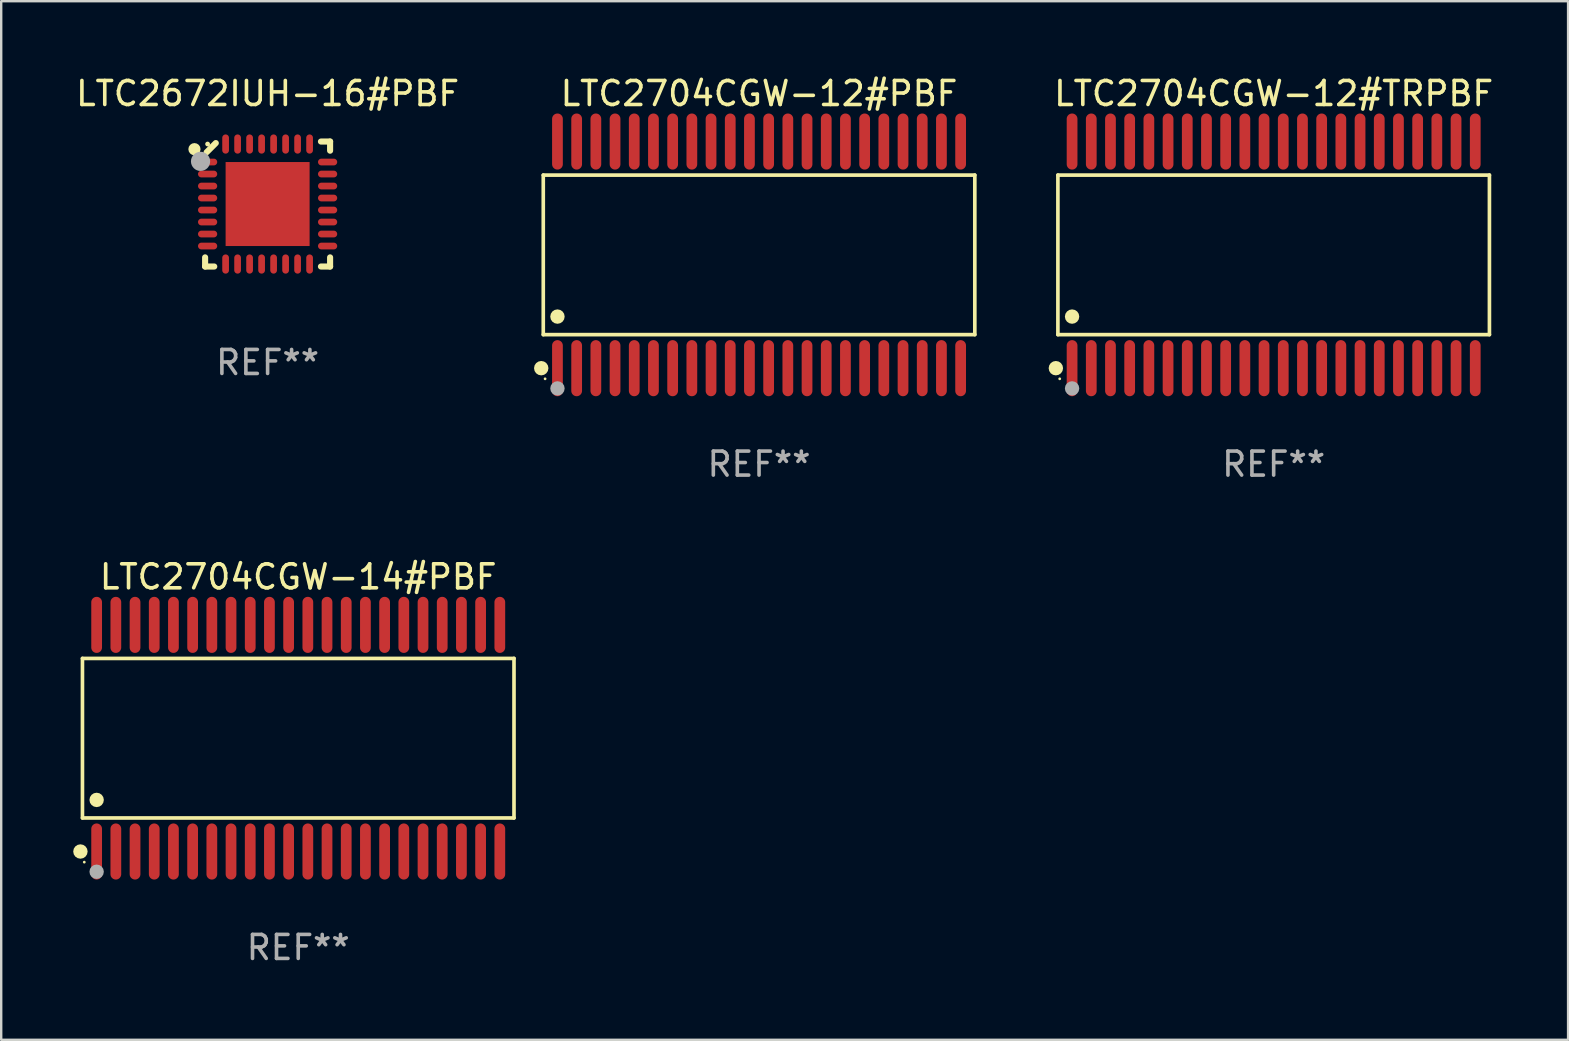
<source format=kicad_pcb>
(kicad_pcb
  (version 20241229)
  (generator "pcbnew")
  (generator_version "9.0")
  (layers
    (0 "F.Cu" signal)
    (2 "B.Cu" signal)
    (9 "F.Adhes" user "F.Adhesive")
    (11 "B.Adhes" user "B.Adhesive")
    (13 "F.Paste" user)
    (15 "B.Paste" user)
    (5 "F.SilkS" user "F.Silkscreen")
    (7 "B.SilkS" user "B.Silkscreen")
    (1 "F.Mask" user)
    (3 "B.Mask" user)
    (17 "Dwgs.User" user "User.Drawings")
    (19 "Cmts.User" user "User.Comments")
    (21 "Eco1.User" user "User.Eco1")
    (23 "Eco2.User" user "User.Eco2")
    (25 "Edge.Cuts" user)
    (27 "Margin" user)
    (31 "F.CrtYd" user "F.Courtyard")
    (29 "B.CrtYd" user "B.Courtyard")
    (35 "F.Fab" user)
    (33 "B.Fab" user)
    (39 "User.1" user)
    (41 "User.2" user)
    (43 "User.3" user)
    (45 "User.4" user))
  (footprint "LTC2704CGW-12#TRPBF"
    (layer "F.Cu")
    (at 50.023 7.57)
    (property "Reference" "LTC2704CGW-12#TRPBF" (at 0 -6.722 0) (layer "F.SilkS") (effects (font (size 1 1) (thickness 0.15))))
    (attr through_hole)
    (fp_line (start -8.991 -3.324) (end 8.991 -3.324) (stroke (width 0.152) (type solid)) (layer "F.SilkS"))
    (fp_line (start -8.991 3.324) (end -8.991 -3.324) (stroke (width 0.152) (type solid)) (layer "F.SilkS"))
    (fp_line (start 8.991 -3.324) (end 8.991 3.324) (stroke (width 0.152) (type solid)) (layer "F.SilkS"))
    (fp_line (start 8.991 3.324) (end -8.991 3.324) (stroke (width 0.152) (type solid)) (layer "F.SilkS"))
    (fp_circle (center -9.076 4.722) (end -8.926 4.722) (stroke (width 0.3) (type solid)) (fill no) (layer "F.SilkS"))
    (fp_circle (center -8.915 5.165) (end -8.885 5.165) (stroke (width 0.06) (type solid)) (fill no) (layer "F.SilkS"))
    (fp_circle (center -8.4 2.572) (end -8.25 2.572) (stroke (width 0.3) (type solid)) (fill no) (layer "F.SilkS"))
    (fp_circle (center -8.4 5.565) (end -8.25 5.565) (stroke (width 0.3) (type solid)) (fill no) (layer "F.Fab"))
    (fp_text user "REF**" (at 0 8.722 0) (layer "F.Fab") (effects (font (size 1 1) (thickness 0.15))))
    (pad "1" smd oval (at -8.4 4.722) (size 0.448 2.337) (layers "F.Cu" "F.Mask" "F.Paste"))
    (pad "2" smd oval (at -7.6 4.722) (size 0.448 2.337) (layers "F.Cu" "F.Mask" "F.Paste"))
    (pad "3" smd oval (at -6.8 4.722) (size 0.448 2.337) (layers "F.Cu" "F.Mask" "F.Paste"))
    (pad "4" smd oval (at -6 4.722) (size 0.448 2.337) (layers "F.Cu" "F.Mask" "F.Paste"))
    (pad "5" smd oval (at -5.2 4.722) (size 0.448 2.337) (layers "F.Cu" "F.Mask" "F.Paste"))
    (pad "6" smd oval (at -4.4 4.722) (size 0.448 2.337) (layers "F.Cu" "F.Mask" "F.Paste"))
    (pad "7" smd oval (at -3.6 4.722) (size 0.448 2.337) (layers "F.Cu" "F.Mask" "F.Paste"))
    (pad "8" smd oval (at -2.8 4.722) (size 0.448 2.337) (layers "F.Cu" "F.Mask" "F.Paste"))
    (pad "9" smd oval (at -2 4.722) (size 0.448 2.337) (layers "F.Cu" "F.Mask" "F.Paste"))
    (pad "10" smd oval (at -1.2 4.722) (size 0.448 2.337) (layers "F.Cu" "F.Mask" "F.Paste"))
    (pad "11" smd oval (at -0.4 4.722) (size 0.448 2.337) (layers "F.Cu" "F.Mask" "F.Paste"))
    (pad "12" smd oval (at 0.4 4.722) (size 0.448 2.337) (layers "F.Cu" "F.Mask" "F.Paste"))
    (pad "13" smd oval (at 1.2 4.722) (size 0.448 2.337) (layers "F.Cu" "F.Mask" "F.Paste"))
    (pad "14" smd oval (at 2 4.722) (size 0.448 2.337) (layers "F.Cu" "F.Mask" "F.Paste"))
    (pad "15" smd oval (at 2.8 4.722) (size 0.448 2.337) (layers "F.Cu" "F.Mask" "F.Paste"))
    (pad "16" smd oval (at 3.6 4.722) (size 0.448 2.337) (layers "F.Cu" "F.Mask" "F.Paste"))
    (pad "17" smd oval (at 4.4 4.722) (size 0.448 2.337) (layers "F.Cu" "F.Mask" "F.Paste"))
    (pad "18" smd oval (at 5.2 4.722) (size 0.448 2.337) (layers "F.Cu" "F.Mask" "F.Paste"))
    (pad "19" smd oval (at 6 4.722) (size 0.448 2.337) (layers "F.Cu" "F.Mask" "F.Paste"))
    (pad "20" smd oval (at 6.8 4.722) (size 0.448 2.337) (layers "F.Cu" "F.Mask" "F.Paste"))
    (pad "21" smd oval (at 7.6 4.722) (size 0.448 2.337) (layers "F.Cu" "F.Mask" "F.Paste"))
    (pad "22" smd oval (at 8.4 4.722) (size 0.448 2.337) (layers "F.Cu" "F.Mask" "F.Paste"))
    (pad "23" smd oval (at 8.4 -4.722) (size 0.448 2.337) (layers "F.Cu" "F.Mask" "F.Paste"))
    (pad "24" smd oval (at 7.6 -4.722) (size 0.448 2.337) (layers "F.Cu" "F.Mask" "F.Paste"))
    (pad "25" smd oval (at 6.8 -4.722) (size 0.448 2.337) (layers "F.Cu" "F.Mask" "F.Paste"))
    (pad "26" smd oval (at 6 -4.722) (size 0.448 2.337) (layers "F.Cu" "F.Mask" "F.Paste"))
    (pad "27" smd oval (at 5.2 -4.722) (size 0.448 2.337) (layers "F.Cu" "F.Mask" "F.Paste"))
    (pad "28" smd oval (at 4.4 -4.722) (size 0.448 2.337) (layers "F.Cu" "F.Mask" "F.Paste"))
    (pad "29" smd oval (at 3.6 -4.722) (size 0.448 2.337) (layers "F.Cu" "F.Mask" "F.Paste"))
    (pad "30" smd oval (at 2.8 -4.722) (size 0.448 2.337) (layers "F.Cu" "F.Mask" "F.Paste"))
    (pad "31" smd oval (at 2 -4.722) (size 0.448 2.337) (layers "F.Cu" "F.Mask" "F.Paste"))
    (pad "32" smd oval (at 1.2 -4.722) (size 0.448 2.337) (layers "F.Cu" "F.Mask" "F.Paste"))
    (pad "33" smd oval (at 0.4 -4.722) (size 0.448 2.337) (layers "F.Cu" "F.Mask" "F.Paste"))
    (pad "34" smd oval (at -0.4 -4.722) (size 0.448 2.337) (layers "F.Cu" "F.Mask" "F.Paste"))
    (pad "35" smd oval (at -1.2 -4.722) (size 0.448 2.337) (layers "F.Cu" "F.Mask" "F.Paste"))
    (pad "36" smd oval (at -2 -4.722) (size 0.448 2.337) (layers "F.Cu" "F.Mask" "F.Paste"))
    (pad "37" smd oval (at -2.8 -4.722) (size 0.448 2.337) (layers "F.Cu" "F.Mask" "F.Paste"))
    (pad "38" smd oval (at -3.6 -4.722) (size 0.448 2.337) (layers "F.Cu" "F.Mask" "F.Paste"))
    (pad "39" smd oval (at -4.4 -4.722) (size 0.448 2.337) (layers "F.Cu" "F.Mask" "F.Paste"))
    (pad "40" smd oval (at -5.2 -4.722) (size 0.448 2.337) (layers "F.Cu" "F.Mask" "F.Paste"))
    (pad "41" smd oval (at -6 -4.722) (size 0.448 2.337) (layers "F.Cu" "F.Mask" "F.Paste"))
    (pad "42" smd oval (at -6.8 -4.722) (size 0.448 2.337) (layers "F.Cu" "F.Mask" "F.Paste"))
    (pad "43" smd oval (at -7.6 -4.722) (size 0.448 2.337) (layers "F.Cu" "F.Mask" "F.Paste"))
    (pad "44" smd oval (at -8.4 -4.722) (size 0.448 2.337) (layers "F.Cu" "F.Mask" "F.Paste")))
  (footprint "LTC2704CGW-14#PBF"
    (layer "F.Cu")
    (at 9.377 27.71)
    (property "Reference" "LTC2704CGW-14#PBF" (at 0 -6.722 0) (layer "F.SilkS") (effects (font (size 1 1) (thickness 0.15))))
    (attr through_hole)
    (fp_line (start -8.991 -3.324) (end 8.991 -3.324) (stroke (width 0.152) (type solid)) (layer "F.SilkS"))
    (fp_line (start -8.991 3.324) (end -8.991 -3.324) (stroke (width 0.152) (type solid)) (layer "F.SilkS"))
    (fp_line (start 8.991 -3.324) (end 8.991 3.324) (stroke (width 0.152) (type solid)) (layer "F.SilkS"))
    (fp_line (start 8.991 3.324) (end -8.991 3.324) (stroke (width 0.152) (type solid)) (layer "F.SilkS"))
    (fp_circle (center -9.076 4.722) (end -8.926 4.722) (stroke (width 0.3) (type solid)) (fill no) (layer "F.SilkS"))
    (fp_circle (center -8.915 5.165) (end -8.885 5.165) (stroke (width 0.06) (type solid)) (fill no) (layer "F.SilkS"))
    (fp_circle (center -8.4 2.572) (end -8.25 2.572) (stroke (width 0.3) (type solid)) (fill no) (layer "F.SilkS"))
    (fp_circle (center -8.4 5.565) (end -8.25 5.565) (stroke (width 0.3) (type solid)) (fill no) (layer "F.Fab"))
    (fp_text user "REF**" (at 0 8.722 0) (layer "F.Fab") (effects (font (size 1 1) (thickness 0.15))))
    (pad "1" smd oval (at -8.4 4.722) (size 0.448 2.337) (layers "F.Cu" "F.Mask" "F.Paste"))
    (pad "2" smd oval (at -7.6 4.722) (size 0.448 2.337) (layers "F.Cu" "F.Mask" "F.Paste"))
    (pad "3" smd oval (at -6.8 4.722) (size 0.448 2.337) (layers "F.Cu" "F.Mask" "F.Paste"))
    (pad "4" smd oval (at -6 4.722) (size 0.448 2.337) (layers "F.Cu" "F.Mask" "F.Paste"))
    (pad "5" smd oval (at -5.2 4.722) (size 0.448 2.337) (layers "F.Cu" "F.Mask" "F.Paste"))
    (pad "6" smd oval (at -4.4 4.722) (size 0.448 2.337) (layers "F.Cu" "F.Mask" "F.Paste"))
    (pad "7" smd oval (at -3.6 4.722) (size 0.448 2.337) (layers "F.Cu" "F.Mask" "F.Paste"))
    (pad "8" smd oval (at -2.8 4.722) (size 0.448 2.337) (layers "F.Cu" "F.Mask" "F.Paste"))
    (pad "9" smd oval (at -2 4.722) (size 0.448 2.337) (layers "F.Cu" "F.Mask" "F.Paste"))
    (pad "10" smd oval (at -1.2 4.722) (size 0.448 2.337) (layers "F.Cu" "F.Mask" "F.Paste"))
    (pad "11" smd oval (at -0.4 4.722) (size 0.448 2.337) (layers "F.Cu" "F.Mask" "F.Paste"))
    (pad "12" smd oval (at 0.4 4.722) (size 0.448 2.337) (layers "F.Cu" "F.Mask" "F.Paste"))
    (pad "13" smd oval (at 1.2 4.722) (size 0.448 2.337) (layers "F.Cu" "F.Mask" "F.Paste"))
    (pad "14" smd oval (at 2 4.722) (size 0.448 2.337) (layers "F.Cu" "F.Mask" "F.Paste"))
    (pad "15" smd oval (at 2.8 4.722) (size 0.448 2.337) (layers "F.Cu" "F.Mask" "F.Paste"))
    (pad "16" smd oval (at 3.6 4.722) (size 0.448 2.337) (layers "F.Cu" "F.Mask" "F.Paste"))
    (pad "17" smd oval (at 4.4 4.722) (size 0.448 2.337) (layers "F.Cu" "F.Mask" "F.Paste"))
    (pad "18" smd oval (at 5.2 4.722) (size 0.448 2.337) (layers "F.Cu" "F.Mask" "F.Paste"))
    (pad "19" smd oval (at 6 4.722) (size 0.448 2.337) (layers "F.Cu" "F.Mask" "F.Paste"))
    (pad "20" smd oval (at 6.8 4.722) (size 0.448 2.337) (layers "F.Cu" "F.Mask" "F.Paste"))
    (pad "21" smd oval (at 7.6 4.722) (size 0.448 2.337) (layers "F.Cu" "F.Mask" "F.Paste"))
    (pad "22" smd oval (at 8.4 4.722) (size 0.448 2.337) (layers "F.Cu" "F.Mask" "F.Paste"))
    (pad "23" smd oval (at 8.4 -4.722) (size 0.448 2.337) (layers "F.Cu" "F.Mask" "F.Paste"))
    (pad "24" smd oval (at 7.6 -4.722) (size 0.448 2.337) (layers "F.Cu" "F.Mask" "F.Paste"))
    (pad "25" smd oval (at 6.8 -4.722) (size 0.448 2.337) (layers "F.Cu" "F.Mask" "F.Paste"))
    (pad "26" smd oval (at 6 -4.722) (size 0.448 2.337) (layers "F.Cu" "F.Mask" "F.Paste"))
    (pad "27" smd oval (at 5.2 -4.722) (size 0.448 2.337) (layers "F.Cu" "F.Mask" "F.Paste"))
    (pad "28" smd oval (at 4.4 -4.722) (size 0.448 2.337) (layers "F.Cu" "F.Mask" "F.Paste"))
    (pad "29" smd oval (at 3.6 -4.722) (size 0.448 2.337) (layers "F.Cu" "F.Mask" "F.Paste"))
    (pad "30" smd oval (at 2.8 -4.722) (size 0.448 2.337) (layers "F.Cu" "F.Mask" "F.Paste"))
    (pad "31" smd oval (at 2 -4.722) (size 0.448 2.337) (layers "F.Cu" "F.Mask" "F.Paste"))
    (pad "32" smd oval (at 1.2 -4.722) (size 0.448 2.337) (layers "F.Cu" "F.Mask" "F.Paste"))
    (pad "33" smd oval (at 0.4 -4.722) (size 0.448 2.337) (layers "F.Cu" "F.Mask" "F.Paste"))
    (pad "34" smd oval (at -0.4 -4.722) (size 0.448 2.337) (layers "F.Cu" "F.Mask" "F.Paste"))
    (pad "35" smd oval (at -1.2 -4.722) (size 0.448 2.337) (layers "F.Cu" "F.Mask" "F.Paste"))
    (pad "36" smd oval (at -2 -4.722) (size 0.448 2.337) (layers "F.Cu" "F.Mask" "F.Paste"))
    (pad "37" smd oval (at -2.8 -4.722) (size 0.448 2.337) (layers "F.Cu" "F.Mask" "F.Paste"))
    (pad "38" smd oval (at -3.6 -4.722) (size 0.448 2.337) (layers "F.Cu" "F.Mask" "F.Paste"))
    (pad "39" smd oval (at -4.4 -4.722) (size 0.448 2.337) (layers "F.Cu" "F.Mask" "F.Paste"))
    (pad "40" smd oval (at -5.2 -4.722) (size 0.448 2.337) (layers "F.Cu" "F.Mask" "F.Paste"))
    (pad "41" smd oval (at -6 -4.722) (size 0.448 2.337) (layers "F.Cu" "F.Mask" "F.Paste"))
    (pad "42" smd oval (at -6.8 -4.722) (size 0.448 2.337) (layers "F.Cu" "F.Mask" "F.Paste"))
    (pad "43" smd oval (at -7.6 -4.722) (size 0.448 2.337) (layers "F.Cu" "F.Mask" "F.Paste"))
    (pad "44" smd oval (at -8.4 -4.722) (size 0.448 2.337) (layers "F.Cu" "F.Mask" "F.Paste")))
  (footprint "LTC2704CGW-12#PBF"
    (layer "F.Cu")
    (at 28.579 7.57)
    (property "Reference" "LTC2704CGW-12#PBF" (at 0 -6.722 0) (layer "F.SilkS") (effects (font (size 1 1) (thickness 0.15))))
    (attr through_hole)
    (fp_line (start -8.991 -3.324) (end 8.991 -3.324) (stroke (width 0.152) (type solid)) (layer "F.SilkS"))
    (fp_line (start -8.991 3.324) (end -8.991 -3.324) (stroke (width 0.152) (type solid)) (layer "F.SilkS"))
    (fp_line (start 8.991 -3.324) (end 8.991 3.324) (stroke (width 0.152) (type solid)) (layer "F.SilkS"))
    (fp_line (start 8.991 3.324) (end -8.991 3.324) (stroke (width 0.152) (type solid)) (layer "F.SilkS"))
    (fp_circle (center -9.076 4.722) (end -8.926 4.722) (stroke (width 0.3) (type solid)) (fill no) (layer "F.SilkS"))
    (fp_circle (center -8.915 5.165) (end -8.885 5.165) (stroke (width 0.06) (type solid)) (fill no) (layer "F.SilkS"))
    (fp_circle (center -8.4 2.572) (end -8.25 2.572) (stroke (width 0.3) (type solid)) (fill no) (layer "F.SilkS"))
    (fp_circle (center -8.4 5.565) (end -8.25 5.565) (stroke (width 0.3) (type solid)) (fill no) (layer "F.Fab"))
    (fp_text user "REF**" (at 0 8.722 0) (layer "F.Fab") (effects (font (size 1 1) (thickness 0.15))))
    (pad "1" smd oval (at -8.4 4.722) (size 0.448 2.337) (layers "F.Cu" "F.Mask" "F.Paste"))
    (pad "2" smd oval (at -7.6 4.722) (size 0.448 2.337) (layers "F.Cu" "F.Mask" "F.Paste"))
    (pad "3" smd oval (at -6.8 4.722) (size 0.448 2.337) (layers "F.Cu" "F.Mask" "F.Paste"))
    (pad "4" smd oval (at -6 4.722) (size 0.448 2.337) (layers "F.Cu" "F.Mask" "F.Paste"))
    (pad "5" smd oval (at -5.2 4.722) (size 0.448 2.337) (layers "F.Cu" "F.Mask" "F.Paste"))
    (pad "6" smd oval (at -4.4 4.722) (size 0.448 2.337) (layers "F.Cu" "F.Mask" "F.Paste"))
    (pad "7" smd oval (at -3.6 4.722) (size 0.448 2.337) (layers "F.Cu" "F.Mask" "F.Paste"))
    (pad "8" smd oval (at -2.8 4.722) (size 0.448 2.337) (layers "F.Cu" "F.Mask" "F.Paste"))
    (pad "9" smd oval (at -2 4.722) (size 0.448 2.337) (layers "F.Cu" "F.Mask" "F.Paste"))
    (pad "10" smd oval (at -1.2 4.722) (size 0.448 2.337) (layers "F.Cu" "F.Mask" "F.Paste"))
    (pad "11" smd oval (at -0.4 4.722) (size 0.448 2.337) (layers "F.Cu" "F.Mask" "F.Paste"))
    (pad "12" smd oval (at 0.4 4.722) (size 0.448 2.337) (layers "F.Cu" "F.Mask" "F.Paste"))
    (pad "13" smd oval (at 1.2 4.722) (size 0.448 2.337) (layers "F.Cu" "F.Mask" "F.Paste"))
    (pad "14" smd oval (at 2 4.722) (size 0.448 2.337) (layers "F.Cu" "F.Mask" "F.Paste"))
    (pad "15" smd oval (at 2.8 4.722) (size 0.448 2.337) (layers "F.Cu" "F.Mask" "F.Paste"))
    (pad "16" smd oval (at 3.6 4.722) (size 0.448 2.337) (layers "F.Cu" "F.Mask" "F.Paste"))
    (pad "17" smd oval (at 4.4 4.722) (size 0.448 2.337) (layers "F.Cu" "F.Mask" "F.Paste"))
    (pad "18" smd oval (at 5.2 4.722) (size 0.448 2.337) (layers "F.Cu" "F.Mask" "F.Paste"))
    (pad "19" smd oval (at 6 4.722) (size 0.448 2.337) (layers "F.Cu" "F.Mask" "F.Paste"))
    (pad "20" smd oval (at 6.8 4.722) (size 0.448 2.337) (layers "F.Cu" "F.Mask" "F.Paste"))
    (pad "21" smd oval (at 7.6 4.722) (size 0.448 2.337) (layers "F.Cu" "F.Mask" "F.Paste"))
    (pad "22" smd oval (at 8.4 4.722) (size 0.448 2.337) (layers "F.Cu" "F.Mask" "F.Paste"))
    (pad "23" smd oval (at 8.4 -4.722) (size 0.448 2.337) (layers "F.Cu" "F.Mask" "F.Paste"))
    (pad "24" smd oval (at 7.6 -4.722) (size 0.448 2.337) (layers "F.Cu" "F.Mask" "F.Paste"))
    (pad "25" smd oval (at 6.8 -4.722) (size 0.448 2.337) (layers "F.Cu" "F.Mask" "F.Paste"))
    (pad "26" smd oval (at 6 -4.722) (size 0.448 2.337) (layers "F.Cu" "F.Mask" "F.Paste"))
    (pad "27" smd oval (at 5.2 -4.722) (size 0.448 2.337) (layers "F.Cu" "F.Mask" "F.Paste"))
    (pad "28" smd oval (at 4.4 -4.722) (size 0.448 2.337) (layers "F.Cu" "F.Mask" "F.Paste"))
    (pad "29" smd oval (at 3.6 -4.722) (size 0.448 2.337) (layers "F.Cu" "F.Mask" "F.Paste"))
    (pad "30" smd oval (at 2.8 -4.722) (size 0.448 2.337) (layers "F.Cu" "F.Mask" "F.Paste"))
    (pad "31" smd oval (at 2 -4.722) (size 0.448 2.337) (layers "F.Cu" "F.Mask" "F.Paste"))
    (pad "32" smd oval (at 1.2 -4.722) (size 0.448 2.337) (layers "F.Cu" "F.Mask" "F.Paste"))
    (pad "33" smd oval (at 0.4 -4.722) (size 0.448 2.337) (layers "F.Cu" "F.Mask" "F.Paste"))
    (pad "34" smd oval (at -0.4 -4.722) (size 0.448 2.337) (layers "F.Cu" "F.Mask" "F.Paste"))
    (pad "35" smd oval (at -1.2 -4.722) (size 0.448 2.337) (layers "F.Cu" "F.Mask" "F.Paste"))
    (pad "36" smd oval (at -2 -4.722) (size 0.448 2.337) (layers "F.Cu" "F.Mask" "F.Paste"))
    (pad "37" smd oval (at -2.8 -4.722) (size 0.448 2.337) (layers "F.Cu" "F.Mask" "F.Paste"))
    (pad "38" smd oval (at -3.6 -4.722) (size 0.448 2.337) (layers "F.Cu" "F.Mask" "F.Paste"))
    (pad "39" smd oval (at -4.4 -4.722) (size 0.448 2.337) (layers "F.Cu" "F.Mask" "F.Paste"))
    (pad "40" smd oval (at -5.2 -4.722) (size 0.448 2.337) (layers "F.Cu" "F.Mask" "F.Paste"))
    (pad "41" smd oval (at -6 -4.722) (size 0.448 2.337) (layers "F.Cu" "F.Mask" "F.Paste"))
    (pad "42" smd oval (at -6.8 -4.722) (size 0.448 2.337) (layers "F.Cu" "F.Mask" "F.Paste"))
    (pad "43" smd oval (at -7.6 -4.722) (size 0.448 2.337) (layers "F.Cu" "F.Mask" "F.Paste"))
    (pad "44" smd oval (at -8.4 -4.722) (size 0.448 2.337) (layers "F.Cu" "F.Mask" "F.Paste")))
  (footprint "LTC2672IUH-16#PBF"
    (layer "F.Cu")
    (at 8.101 5.452)
    (property "Reference" "LTC2672IUH-16#PBF" (at 0 -4.604 0) (layer "F.SilkS") (effects (font (size 1 1) (thickness 0.15))))
    (attr through_hole)
    (fp_line (start -2.604 2.223) (end -2.604 2.604) (stroke (width 0.254) (type solid)) (layer "F.SilkS"))
    (fp_line (start -2.604 2.604) (end -2.223 2.604) (stroke (width 0.254) (type solid)) (layer "F.SilkS"))
    (fp_line (start -2.159 -2.54) (end -2.54 -2.159) (stroke (width 0.254) (type solid)) (layer "F.SilkS"))
    (fp_line (start 2.223 2.604) (end 2.604 2.604) (stroke (width 0.254) (type solid)) (layer "F.SilkS"))
    (fp_line (start 2.604 -2.604) (end 2.223 -2.604) (stroke (width 0.254) (type solid)) (layer "F.SilkS"))
    (fp_line (start 2.604 -2.223) (end 2.604 -2.604) (stroke (width 0.254) (type solid)) (layer "F.SilkS"))
    (fp_line (start 2.604 2.604) (end 2.604 2.223) (stroke (width 0.254) (type solid)) (layer "F.SilkS"))
    (fp_circle (center -3.048 -2.286) (end -2.921 -2.286) (stroke (width 0.254) (type solid)) (fill no) (layer "F.SilkS"))
    (fp_circle (center -2.5 -2.5) (end -2.45 -2.5) (stroke (width 0.1) (type solid)) (fill no) (layer "F.SilkS"))
    (fp_circle (center -2.794 -1.778) (end -2.594 -1.778) (stroke (width 0.4) (type solid)) (fill no) (layer "F.Fab"))
    (fp_text user "REF**" (at 0 6.604 0) (layer "F.Fab") (effects (font (size 1 1) (thickness 0.15))))
    (pad "1" smd oval (at -2.5 -1.75) (size 0.8 0.28) (layers "F.Cu" "F.Mask" "F.Paste"))
    (pad "2" smd oval (at -2.5 -1.25) (size 0.8 0.28) (layers "F.Cu" "F.Mask" "F.Paste"))
    (pad "3" smd oval (at -2.5 -0.75) (size 0.8 0.28) (layers "F.Cu" "F.Mask" "F.Paste"))
    (pad "4" smd oval (at -2.5 -0.25) (size 0.8 0.28) (layers "F.Cu" "F.Mask" "F.Paste"))
    (pad "5" smd oval (at -2.5 0.25) (size 0.8 0.28) (layers "F.Cu" "F.Mask" "F.Paste"))
    (pad "6" smd oval (at -2.5 0.75) (size 0.8 0.28) (layers "F.Cu" "F.Mask" "F.Paste"))
    (pad "7" smd oval (at -2.5 1.25) (size 0.8 0.28) (layers "F.Cu" "F.Mask" "F.Paste"))
    (pad "8" smd oval (at -2.5 1.75) (size 0.8 0.28) (layers "F.Cu" "F.Mask" "F.Paste"))
    (pad "9" smd oval (at -1.75 2.5) (size 0.28 0.8) (layers "F.Cu" "F.Mask" "F.Paste"))
    (pad "10" smd oval (at -1.25 2.5) (size 0.28 0.8) (layers "F.Cu" "F.Mask" "F.Paste"))
    (pad "11" smd oval (at -0.75 2.5) (size 0.28 0.8) (layers "F.Cu" "F.Mask" "F.Paste"))
    (pad "12" smd oval (at -0.25 2.5) (size 0.28 0.8) (layers "F.Cu" "F.Mask" "F.Paste"))
    (pad "13" smd oval (at 0.25 2.5) (size 0.28 0.8) (layers "F.Cu" "F.Mask" "F.Paste"))
    (pad "14" smd oval (at 0.75 2.5) (size 0.28 0.8) (layers "F.Cu" "F.Mask" "F.Paste"))
    (pad "15" smd oval (at 1.25 2.5) (size 0.28 0.8) (layers "F.Cu" "F.Mask" "F.Paste"))
    (pad "16" smd oval (at 1.75 2.5) (size 0.28 0.8) (layers "F.Cu" "F.Mask" "F.Paste"))
    (pad "17" smd oval (at 2.5 1.75) (size 0.8 0.28) (layers "F.Cu" "F.Mask" "F.Paste"))
    (pad "18" smd oval (at 2.5 1.25) (size 0.8 0.28) (layers "F.Cu" "F.Mask" "F.Paste"))
    (pad "19" smd oval (at 2.5 0.75) (size 0.8 0.28) (layers "F.Cu" "F.Mask" "F.Paste"))
    (pad "20" smd oval (at 2.5 0.25) (size 0.8 0.28) (layers "F.Cu" "F.Mask" "F.Paste"))
    (pad "21" smd oval (at 2.5 -0.25) (size 0.8 0.28) (layers "F.Cu" "F.Mask" "F.Paste"))
    (pad "22" smd oval (at 2.5 -0.75) (size 0.8 0.28) (layers "F.Cu" "F.Mask" "F.Paste"))
    (pad "23" smd oval (at 2.5 -1.25) (size 0.8 0.28) (layers "F.Cu" "F.Mask" "F.Paste"))
    (pad "24" smd oval (at 2.5 -1.75) (size 0.8 0.28) (layers "F.Cu" "F.Mask" "F.Paste"))
    (pad "25" smd oval (at 1.75 -2.5) (size 0.28 0.8) (layers "F.Cu" "F.Mask" "F.Paste"))
    (pad "26" smd oval (at 1.25 -2.5) (size 0.28 0.8) (layers "F.Cu" "F.Mask" "F.Paste"))
    (pad "27" smd oval (at 0.75 -2.5) (size 0.28 0.8) (layers "F.Cu" "F.Mask" "F.Paste"))
    (pad "28" smd oval (at 0.25 -2.5) (size 0.28 0.8) (layers "F.Cu" "F.Mask" "F.Paste"))
    (pad "29" smd oval (at -0.25 -2.5) (size 0.28 0.8) (layers "F.Cu" "F.Mask" "F.Paste"))
    (pad "30" smd oval (at -0.75 -2.5) (size 0.28 0.8) (layers "F.Cu" "F.Mask" "F.Paste"))
    (pad "31" smd oval (at -1.25 -2.5) (size 0.28 0.8) (layers "F.Cu" "F.Mask" "F.Paste"))
    (pad "32" smd oval (at -1.75 -2.5) (size 0.28 0.8) (layers "F.Cu" "F.Mask" "F.Paste"))
    (pad "33" smd rect (at 0.000076 0.000076) (size 3.5 3.5) (layers "F.Cu" "F.Mask" "F.Paste")))
  (gr_rect
    (start -3 -3)
    (end 62.291 40.279)
    (stroke (width 0.1) (type default))
    (fill no)
    (layer "Edge.Cuts")))
</source>
